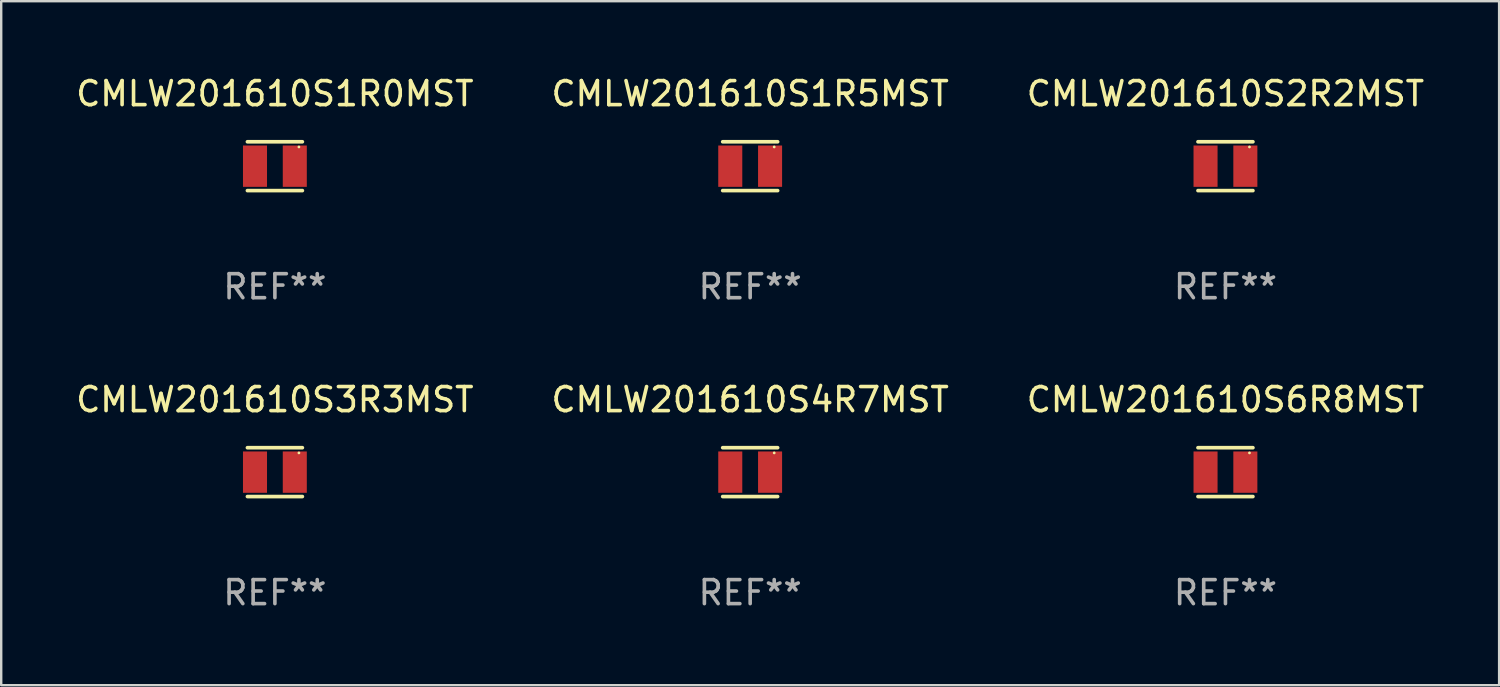
<source format=kicad_pcb>
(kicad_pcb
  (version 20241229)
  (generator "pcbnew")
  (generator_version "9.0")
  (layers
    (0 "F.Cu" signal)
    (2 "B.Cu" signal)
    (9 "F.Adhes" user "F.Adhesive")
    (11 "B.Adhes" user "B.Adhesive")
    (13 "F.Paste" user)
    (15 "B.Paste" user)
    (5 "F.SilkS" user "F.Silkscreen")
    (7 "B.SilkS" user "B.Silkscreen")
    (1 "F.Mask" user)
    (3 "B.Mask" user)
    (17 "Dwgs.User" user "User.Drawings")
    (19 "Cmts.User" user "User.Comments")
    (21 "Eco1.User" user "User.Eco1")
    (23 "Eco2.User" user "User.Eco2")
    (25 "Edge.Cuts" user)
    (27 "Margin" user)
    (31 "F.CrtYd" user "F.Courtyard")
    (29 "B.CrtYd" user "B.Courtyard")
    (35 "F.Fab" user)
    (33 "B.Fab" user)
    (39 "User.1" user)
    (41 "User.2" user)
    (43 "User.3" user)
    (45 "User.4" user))
  (footprint "CMLW201610S4R7MST"
    (layer "F.Cu")
    (at 28.161 16.593)
    (property "Reference" "CMLW201610S4R7MST" (at 0 -3.016 0) (layer "F.SilkS") (effects (font (size 1 1) (thickness 0.15))))
    (attr through_hole)
    (fp_line (start -1.143 -1.016) (end 1.143 -1.016) (stroke (width 0.152) (type solid)) (layer "F.SilkS"))
    (fp_line (start 1.143 1.016) (end -1.143 1.016) (stroke (width 0.152) (type solid)) (layer "F.SilkS"))
    (fp_circle (center 1 -0.8) (end 1.03 -0.8) (stroke (width 0.06) (type solid)) (fill no) (layer "F.SilkS"))
    (fp_text user "REF**" (at 0 5.016 0) (layer "F.Fab") (effects (font (size 1 1) (thickness 0.15))))
    (pad "1" smd rect (at 0.828 0) (size 1 1.72) (layers "F.Cu" "F.Mask" "F.Paste"))
    (pad "2" smd rect (at -0.828 0) (size 1 1.72) (layers "F.Cu" "F.Mask" "F.Paste")))
  (footprint "CMLW201610S1R5MST"
    (layer "F.Cu")
    (at 28.161 3.864)
    (property "Reference" "CMLW201610S1R5MST" (at 0 -3.016 0) (layer "F.SilkS") (effects (font (size 1 1) (thickness 0.15))))
    (attr through_hole)
    (fp_line (start -1.143 -1.016) (end 1.143 -1.016) (stroke (width 0.152) (type solid)) (layer "F.SilkS"))
    (fp_line (start 1.143 1.016) (end -1.143 1.016) (stroke (width 0.152) (type solid)) (layer "F.SilkS"))
    (fp_circle (center 1 -0.8) (end 1.03 -0.8) (stroke (width 0.06) (type solid)) (fill no) (layer "F.SilkS"))
    (fp_text user "REF**" (at 0 5.016 0) (layer "F.Fab") (effects (font (size 1 1) (thickness 0.15))))
    (pad "1" smd rect (at 0.828 0) (size 1 1.72) (layers "F.Cu" "F.Mask" "F.Paste"))
    (pad "2" smd rect (at -0.828 0) (size 1 1.72) (layers "F.Cu" "F.Mask" "F.Paste")))
  (footprint "CMLW201610S2R2MST"
    (layer "F.Cu")
    (at 47.935 3.864)
    (property "Reference" "CMLW201610S2R2MST" (at 0 -3.016 0) (layer "F.SilkS") (effects (font (size 1 1) (thickness 0.15))))
    (attr through_hole)
    (fp_line (start -1.143 -1.016) (end 1.143 -1.016) (stroke (width 0.152) (type solid)) (layer "F.SilkS"))
    (fp_line (start 1.143 1.016) (end -1.143 1.016) (stroke (width 0.152) (type solid)) (layer "F.SilkS"))
    (fp_circle (center 1 -0.8) (end 1.03 -0.8) (stroke (width 0.06) (type solid)) (fill no) (layer "F.SilkS"))
    (fp_text user "REF**" (at 0 5.016 0) (layer "F.Fab") (effects (font (size 1 1) (thickness 0.15))))
    (pad "1" smd rect (at 0.828 0) (size 1 1.72) (layers "F.Cu" "F.Mask" "F.Paste"))
    (pad "2" smd rect (at -0.828 0) (size 1 1.72) (layers "F.Cu" "F.Mask" "F.Paste")))
  (footprint "CMLW201610S1R0MST"
    (layer "F.Cu")
    (at 8.387 3.864)
    (property "Reference" "CMLW201610S1R0MST" (at 0 -3.016 0) (layer "F.SilkS") (effects (font (size 1 1) (thickness 0.15))))
    (attr through_hole)
    (fp_line (start -1.143 -1.016) (end 1.143 -1.016) (stroke (width 0.152) (type solid)) (layer "F.SilkS"))
    (fp_line (start 1.143 1.016) (end -1.143 1.016) (stroke (width 0.152) (type solid)) (layer "F.SilkS"))
    (fp_circle (center 1 -0.8) (end 1.03 -0.8) (stroke (width 0.06) (type solid)) (fill no) (layer "F.SilkS"))
    (fp_text user "REF**" (at 0 5.016 0) (layer "F.Fab") (effects (font (size 1 1) (thickness 0.15))))
    (pad "1" smd rect (at 0.828 0) (size 1 1.72) (layers "F.Cu" "F.Mask" "F.Paste"))
    (pad "2" smd rect (at -0.828 0) (size 1 1.72) (layers "F.Cu" "F.Mask" "F.Paste")))
  (footprint "CMLW201610S6R8MST"
    (layer "F.Cu")
    (at 47.935 16.593)
    (property "Reference" "CMLW201610S6R8MST" (at 0 -3.016 0) (layer "F.SilkS") (effects (font (size 1 1) (thickness 0.15))))
    (attr through_hole)
    (fp_line (start -1.143 -1.016) (end 1.143 -1.016) (stroke (width 0.152) (type solid)) (layer "F.SilkS"))
    (fp_line (start 1.143 1.016) (end -1.143 1.016) (stroke (width 0.152) (type solid)) (layer "F.SilkS"))
    (fp_circle (center 1 -0.8) (end 1.03 -0.8) (stroke (width 0.06) (type solid)) (fill no) (layer "F.SilkS"))
    (fp_text user "REF**" (at 0 5.016 0) (layer "F.Fab") (effects (font (size 1 1) (thickness 0.15))))
    (pad "1" smd rect (at 0.828 0) (size 1 1.72) (layers "F.Cu" "F.Mask" "F.Paste"))
    (pad "2" smd rect (at -0.828 0) (size 1 1.72) (layers "F.Cu" "F.Mask" "F.Paste")))
  (footprint "CMLW201610S3R3MST"
    (layer "F.Cu")
    (at 8.387 16.593)
    (property "Reference" "CMLW201610S3R3MST" (at 0 -3.016 0) (layer "F.SilkS") (effects (font (size 1 1) (thickness 0.15))))
    (attr through_hole)
    (fp_line (start -1.143 -1.016) (end 1.143 -1.016) (stroke (width 0.152) (type solid)) (layer "F.SilkS"))
    (fp_line (start 1.143 1.016) (end -1.143 1.016) (stroke (width 0.152) (type solid)) (layer "F.SilkS"))
    (fp_circle (center 1 -0.8) (end 1.03 -0.8) (stroke (width 0.06) (type solid)) (fill no) (layer "F.SilkS"))
    (fp_text user "REF**" (at 0 5.016 0) (layer "F.Fab") (effects (font (size 1 1) (thickness 0.15))))
    (pad "1" smd rect (at 0.828 0) (size 1 1.72) (layers "F.Cu" "F.Mask" "F.Paste"))
    (pad "2" smd rect (at -0.828 0) (size 1 1.72) (layers "F.Cu" "F.Mask" "F.Paste")))
  (gr_rect
    (start -3 -3)
    (end 59.321 25.457)
    (stroke (width 0.1) (type default))
    (fill no)
    (layer "Edge.Cuts")))
</source>
